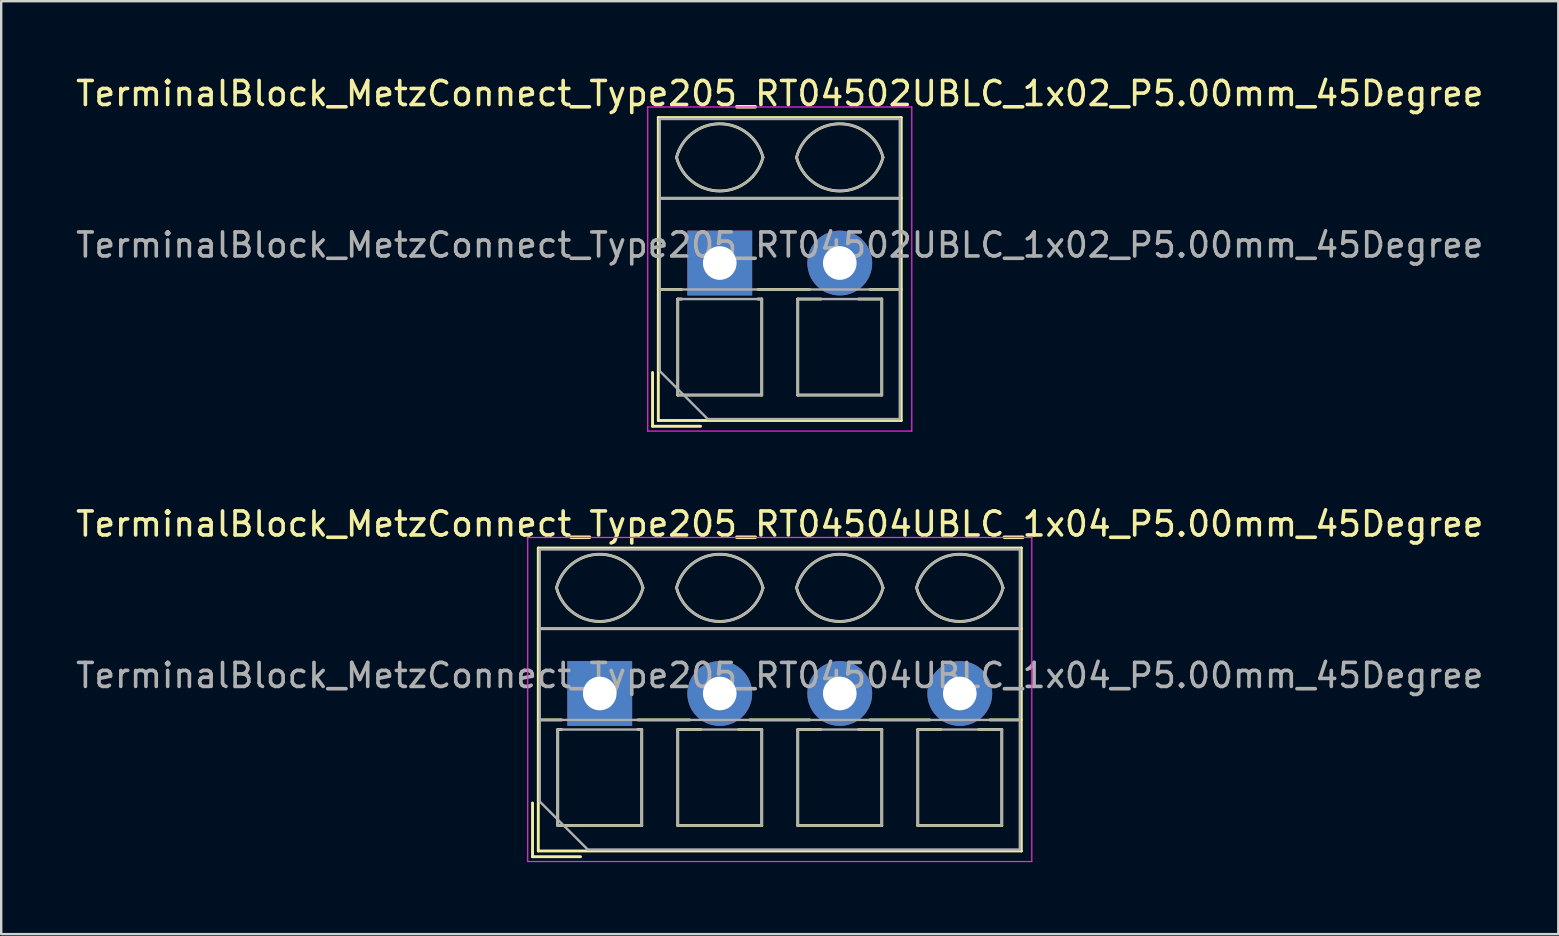
<source format=kicad_pcb>
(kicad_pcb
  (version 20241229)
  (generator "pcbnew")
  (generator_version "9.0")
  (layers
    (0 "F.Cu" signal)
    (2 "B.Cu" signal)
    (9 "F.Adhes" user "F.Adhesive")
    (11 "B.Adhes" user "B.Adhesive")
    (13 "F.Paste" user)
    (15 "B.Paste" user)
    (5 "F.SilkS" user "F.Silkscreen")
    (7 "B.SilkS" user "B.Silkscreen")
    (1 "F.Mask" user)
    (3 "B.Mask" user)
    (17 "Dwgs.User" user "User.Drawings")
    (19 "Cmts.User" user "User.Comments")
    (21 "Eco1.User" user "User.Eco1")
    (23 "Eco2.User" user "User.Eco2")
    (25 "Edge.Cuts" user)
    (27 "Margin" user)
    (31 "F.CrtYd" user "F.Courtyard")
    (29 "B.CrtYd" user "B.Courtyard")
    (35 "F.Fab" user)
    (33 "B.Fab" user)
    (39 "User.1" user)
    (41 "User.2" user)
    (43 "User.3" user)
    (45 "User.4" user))
  (footprint "TerminalBlock_MetzConnect_Type205_RT04502UBLC_1x02_P5.00mm_45Degree"
    (layer "F.Cu")
    (at 26.935 7.908)
    (property "Reference" "TerminalBlock_MetzConnect_Type205_RT04502UBLC_1x02_P5.00mm_45Degree" (at 2.5 -7.06 0) (layer "F.SilkS") (effects (font (size 1 1) (thickness 0.15))))
    (attr through_hole)
    (fp_line (start -2.8 4.56) (end -2.8 6.8) (stroke (width 0.12) (type solid)) (layer "F.SilkS"))
    (fp_line (start -2.8 6.8) (end -0.8 6.8) (stroke (width 0.12) (type solid)) (layer "F.SilkS"))
    (fp_line (start -2.56 -6.06) (end -2.56 6.56) (stroke (width 0.12) (type solid)) (layer "F.SilkS"))
    (fp_line (start -2.56 -6.06) (end 7.56 -6.06) (stroke (width 0.12) (type solid)) (layer "F.SilkS"))
    (fp_line (start -2.56 -2.7) (end 7.56 -2.7) (stroke (width 0.12) (type solid)) (layer "F.SilkS"))
    (fp_line (start -2.56 1.1) (end -1.59 1.1) (stroke (width 0.12) (type solid)) (layer "F.SilkS"))
    (fp_line (start -2.56 6.56) (end 7.56 6.56) (stroke (width 0.12) (type solid)) (layer "F.SilkS"))
    (fp_line (start -1.75 1.5) (end -1.75 5.5) (stroke (width 0.12) (type solid)) (layer "F.SilkS"))
    (fp_line (start -1.75 1.5) (end -1.59 1.5) (stroke (width 0.12) (type solid)) (layer "F.SilkS"))
    (fp_line (start -1.75 5.5) (end 1.75 5.5) (stroke (width 0.12) (type solid)) (layer "F.SilkS"))
    (fp_line (start 1.59 1.1) (end 3.744 1.1) (stroke (width 0.12) (type solid)) (layer "F.SilkS"))
    (fp_line (start 1.59 1.5) (end 1.75 1.5) (stroke (width 0.12) (type solid)) (layer "F.SilkS"))
    (fp_line (start 1.75 1.5) (end 1.75 5.5) (stroke (width 0.12) (type solid)) (layer "F.SilkS"))
    (fp_line (start 3.25 1.5) (end 3.25 5.5) (stroke (width 0.12) (type solid)) (layer "F.SilkS"))
    (fp_line (start 3.25 1.5) (end 4.216 1.5) (stroke (width 0.12) (type solid)) (layer "F.SilkS"))
    (fp_line (start 3.25 5.5) (end 6.75 5.5) (stroke (width 0.12) (type solid)) (layer "F.SilkS"))
    (fp_line (start 5.785 1.5) (end 6.75 1.5) (stroke (width 0.12) (type solid)) (layer "F.SilkS"))
    (fp_line (start 6.257 1.1) (end 7.56 1.1) (stroke (width 0.12) (type solid)) (layer "F.SilkS"))
    (fp_line (start 6.75 1.5) (end 6.75 5.5) (stroke (width 0.12) (type solid)) (layer "F.SilkS"))
    (fp_line (start 7.56 -6.06) (end 7.56 6.56) (stroke (width 0.12) (type solid)) (layer "F.SilkS"))
    (fp_arc (start -1.800846 -4.400605) (mid 0.000312 -5.801077) (end 1.801 -4.4) (stroke (width 0.12) (type solid)) (layer "F.SilkS"))
    (fp_arc (start 1.8 -4.4) (mid -0.000903 -3.000646) (end -1.800445 -4.401751) (stroke (width 0.12) (type solid)) (layer "F.SilkS"))
    (fp_arc (start 3.199154 -4.400605) (mid 5.000312 -5.801077) (end 6.801 -4.4) (stroke (width 0.12) (type solid)) (layer "F.SilkS"))
    (fp_arc (start 6.8 -4.4) (mid 4.999097 -3.000646) (end 3.199555 -4.401751) (stroke (width 0.12) (type solid)) (layer "F.SilkS"))
    (fp_line (start -3 -6.5) (end -3 7) (stroke (width 0.05) (type solid)) (layer "F.CrtYd"))
    (fp_line (start -3 7) (end 8 7) (stroke (width 0.05) (type solid)) (layer "F.CrtYd"))
    (fp_line (start 8 -6.5) (end -3 -6.5) (stroke (width 0.05) (type solid)) (layer "F.CrtYd"))
    (fp_line (start 8 7) (end 8 -6.5) (stroke (width 0.05) (type solid)) (layer "F.CrtYd"))
    (fp_line (start -2.5 -6) (end 7.5 -6) (stroke (width 0.1) (type solid)) (layer "F.Fab"))
    (fp_line (start -2.5 -2.7) (end 7.5 -2.7) (stroke (width 0.1) (type solid)) (layer "F.Fab"))
    (fp_line (start -2.5 1.1) (end 7.5 1.1) (stroke (width 0.1) (type solid)) (layer "F.Fab"))
    (fp_line (start -2.5 4.5) (end -2.5 -6) (stroke (width 0.1) (type solid)) (layer "F.Fab"))
    (fp_line (start -1.75 1.5) (end -1.75 5.5) (stroke (width 0.1) (type solid)) (layer "F.Fab"))
    (fp_line (start -1.75 5.5) (end 1.75 5.5) (stroke (width 0.1) (type solid)) (layer "F.Fab"))
    (fp_line (start -0.5 6.5) (end -2.5 4.5) (stroke (width 0.1) (type solid)) (layer "F.Fab"))
    (fp_line (start 1.75 1.5) (end -1.75 1.5) (stroke (width 0.1) (type solid)) (layer "F.Fab"))
    (fp_line (start 1.75 5.5) (end 1.75 1.5) (stroke (width 0.1) (type solid)) (layer "F.Fab"))
    (fp_line (start 3.25 1.5) (end 3.25 5.5) (stroke (width 0.1) (type solid)) (layer "F.Fab"))
    (fp_line (start 3.25 5.5) (end 6.75 5.5) (stroke (width 0.1) (type solid)) (layer "F.Fab"))
    (fp_line (start 6.75 1.5) (end 3.25 1.5) (stroke (width 0.1) (type solid)) (layer "F.Fab"))
    (fp_line (start 6.75 5.5) (end 6.75 1.5) (stroke (width 0.1) (type solid)) (layer "F.Fab"))
    (fp_line (start 7.5 -6) (end 7.5 6.5) (stroke (width 0.1) (type solid)) (layer "F.Fab"))
    (fp_line (start 7.5 6.5) (end -0.5 6.5) (stroke (width 0.1) (type solid)) (layer "F.Fab"))
    (fp_arc (start -1.800846 -4.400605) (mid 0.000312 -5.801077) (end 1.801 -4.4) (stroke (width 0.1) (type solid)) (layer "F.Fab"))
    (fp_arc (start 1.8 -4.4) (mid -0.000903 -3.000646) (end -1.800445 -4.401751) (stroke (width 0.1) (type solid)) (layer "F.Fab"))
    (fp_arc (start 3.199154 -4.400605) (mid 5.000312 -5.801077) (end 6.801 -4.4) (stroke (width 0.1) (type solid)) (layer "F.Fab"))
    (fp_arc (start 6.8 -4.4) (mid 4.999097 -3.000646) (end 3.199555 -4.401751) (stroke (width 0.1) (type solid)) (layer "F.Fab"))
    (fp_text user "${REFERENCE}" (at 2.5 -0.75 0) (layer "F.Fab") (effects (font (size 1 1) (thickness 0.15))))
    (pad "1" thru_hole rect (at 0 0) (size 2.7 2.7) (drill 1.4) (layers "*.Cu" "*.Mask"))
    (pad "2" thru_hole circle (at 5 0) (size 2.7 2.7) (drill 1.4) (layers "*.Cu" "*.Mask")))
  (footprint "TerminalBlock_MetzConnect_Type205_RT04504UBLC_1x04_P5.00mm_45Degree"
    (layer "F.Cu")
    (at 21.935 25.841)
    (property "Reference" "TerminalBlock_MetzConnect_Type205_RT04504UBLC_1x04_P5.00mm_45Degree" (at 7.5 -7.06 0) (layer "F.SilkS") (effects (font (size 1 1) (thickness 0.15))))
    (attr through_hole)
    (fp_line (start -2.8 4.56) (end -2.8 6.8) (stroke (width 0.12) (type solid)) (layer "F.SilkS"))
    (fp_line (start -2.8 6.8) (end -0.8 6.8) (stroke (width 0.12) (type solid)) (layer "F.SilkS"))
    (fp_line (start -2.56 -6.06) (end -2.56 6.56) (stroke (width 0.12) (type solid)) (layer "F.SilkS"))
    (fp_line (start -2.56 -6.06) (end 17.561 -6.06) (stroke (width 0.12) (type solid)) (layer "F.SilkS"))
    (fp_line (start -2.56 -2.7) (end 17.561 -2.7) (stroke (width 0.12) (type solid)) (layer "F.SilkS"))
    (fp_line (start -2.56 1.1) (end -1.59 1.1) (stroke (width 0.12) (type solid)) (layer "F.SilkS"))
    (fp_line (start -2.56 6.56) (end 17.561 6.56) (stroke (width 0.12) (type solid)) (layer "F.SilkS"))
    (fp_line (start -1.75 1.5) (end -1.75 5.5) (stroke (width 0.12) (type solid)) (layer "F.SilkS"))
    (fp_line (start -1.75 1.5) (end -1.59 1.5) (stroke (width 0.12) (type solid)) (layer "F.SilkS"))
    (fp_line (start -1.75 5.5) (end 1.75 5.5) (stroke (width 0.12) (type solid)) (layer "F.SilkS"))
    (fp_line (start 1.59 1.1) (end 3.744 1.1) (stroke (width 0.12) (type solid)) (layer "F.SilkS"))
    (fp_line (start 1.59 1.5) (end 1.75 1.5) (stroke (width 0.12) (type solid)) (layer "F.SilkS"))
    (fp_line (start 1.75 1.5) (end 1.75 5.5) (stroke (width 0.12) (type solid)) (layer "F.SilkS"))
    (fp_line (start 3.25 1.5) (end 3.25 5.5) (stroke (width 0.12) (type solid)) (layer "F.SilkS"))
    (fp_line (start 3.25 1.5) (end 4.216 1.5) (stroke (width 0.12) (type solid)) (layer "F.SilkS"))
    (fp_line (start 3.25 5.5) (end 6.75 5.5) (stroke (width 0.12) (type solid)) (layer "F.SilkS"))
    (fp_line (start 5.785 1.5) (end 6.75 1.5) (stroke (width 0.12) (type solid)) (layer "F.SilkS"))
    (fp_line (start 6.257 1.1) (end 8.744 1.1) (stroke (width 0.12) (type solid)) (layer "F.SilkS"))
    (fp_line (start 6.75 1.5) (end 6.75 5.5) (stroke (width 0.12) (type solid)) (layer "F.SilkS"))
    (fp_line (start 8.25 1.5) (end 8.25 5.5) (stroke (width 0.12) (type solid)) (layer "F.SilkS"))
    (fp_line (start 8.25 1.5) (end 9.216 1.5) (stroke (width 0.12) (type solid)) (layer "F.SilkS"))
    (fp_line (start 8.25 5.5) (end 11.75 5.5) (stroke (width 0.12) (type solid)) (layer "F.SilkS"))
    (fp_line (start 10.785 1.5) (end 11.75 1.5) (stroke (width 0.12) (type solid)) (layer "F.SilkS"))
    (fp_line (start 11.257 1.1) (end 13.744 1.1) (stroke (width 0.12) (type solid)) (layer "F.SilkS"))
    (fp_line (start 11.75 1.5) (end 11.75 5.5) (stroke (width 0.12) (type solid)) (layer "F.SilkS"))
    (fp_line (start 13.25 1.5) (end 13.25 5.5) (stroke (width 0.12) (type solid)) (layer "F.SilkS"))
    (fp_line (start 13.25 1.5) (end 14.216 1.5) (stroke (width 0.12) (type solid)) (layer "F.SilkS"))
    (fp_line (start 13.25 5.5) (end 16.75 5.5) (stroke (width 0.12) (type solid)) (layer "F.SilkS"))
    (fp_line (start 15.785 1.5) (end 16.75 1.5) (stroke (width 0.12) (type solid)) (layer "F.SilkS"))
    (fp_line (start 16.257 1.1) (end 17.561 1.1) (stroke (width 0.12) (type solid)) (layer "F.SilkS"))
    (fp_line (start 16.75 1.5) (end 16.75 5.5) (stroke (width 0.12) (type solid)) (layer "F.SilkS"))
    (fp_line (start 17.561 -6.06) (end 17.561 6.56) (stroke (width 0.12) (type solid)) (layer "F.SilkS"))
    (fp_arc (start -1.800846 -4.400605) (mid 0.000312 -5.801077) (end 1.801 -4.4) (stroke (width 0.12) (type solid)) (layer "F.SilkS"))
    (fp_arc (start 1.8 -4.4) (mid -0.000903 -3.000646) (end -1.800445 -4.401751) (stroke (width 0.12) (type solid)) (layer "F.SilkS"))
    (fp_arc (start 3.199154 -4.400605) (mid 5.000312 -5.801077) (end 6.801 -4.4) (stroke (width 0.12) (type solid)) (layer "F.SilkS"))
    (fp_arc (start 6.8 -4.4) (mid 4.999097 -3.000646) (end 3.199555 -4.401751) (stroke (width 0.12) (type solid)) (layer "F.SilkS"))
    (fp_arc (start 8.199154 -4.400605) (mid 10.000312 -5.801077) (end 11.801 -4.4) (stroke (width 0.12) (type solid)) (layer "F.SilkS"))
    (fp_arc (start 11.8 -4.4) (mid 9.999097 -3.000646) (end 8.199555 -4.401751) (stroke (width 0.12) (type solid)) (layer "F.SilkS"))
    (fp_arc (start 13.199154 -4.400605) (mid 15.000312 -5.801077) (end 16.801 -4.4) (stroke (width 0.12) (type solid)) (layer "F.SilkS"))
    (fp_arc (start 16.8 -4.4) (mid 14.999097 -3.000646) (end 13.199555 -4.401751) (stroke (width 0.12) (type solid)) (layer "F.SilkS"))
    (fp_line (start -3 -6.5) (end -3 7) (stroke (width 0.05) (type solid)) (layer "F.CrtYd"))
    (fp_line (start -3 7) (end 18 7) (stroke (width 0.05) (type solid)) (layer "F.CrtYd"))
    (fp_line (start 18 -6.5) (end -3 -6.5) (stroke (width 0.05) (type solid)) (layer "F.CrtYd"))
    (fp_line (start 18 7) (end 18 -6.5) (stroke (width 0.05) (type solid)) (layer "F.CrtYd"))
    (fp_line (start -2.5 -6) (end 17.5 -6) (stroke (width 0.1) (type solid)) (layer "F.Fab"))
    (fp_line (start -2.5 -2.7) (end 17.5 -2.7) (stroke (width 0.1) (type solid)) (layer "F.Fab"))
    (fp_line (start -2.5 1.1) (end 17.5 1.1) (stroke (width 0.1) (type solid)) (layer "F.Fab"))
    (fp_line (start -2.5 4.5) (end -2.5 -6) (stroke (width 0.1) (type solid)) (layer "F.Fab"))
    (fp_line (start -1.75 1.5) (end -1.75 5.5) (stroke (width 0.1) (type solid)) (layer "F.Fab"))
    (fp_line (start -1.75 5.5) (end 1.75 5.5) (stroke (width 0.1) (type solid)) (layer "F.Fab"))
    (fp_line (start -0.5 6.5) (end -2.5 4.5) (stroke (width 0.1) (type solid)) (layer "F.Fab"))
    (fp_line (start 1.75 1.5) (end -1.75 1.5) (stroke (width 0.1) (type solid)) (layer "F.Fab"))
    (fp_line (start 1.75 5.5) (end 1.75 1.5) (stroke (width 0.1) (type solid)) (layer "F.Fab"))
    (fp_line (start 3.25 1.5) (end 3.25 5.5) (stroke (width 0.1) (type solid)) (layer "F.Fab"))
    (fp_line (start 3.25 5.5) (end 6.75 5.5) (stroke (width 0.1) (type solid)) (layer "F.Fab"))
    (fp_line (start 6.75 1.5) (end 3.25 1.5) (stroke (width 0.1) (type solid)) (layer "F.Fab"))
    (fp_line (start 6.75 5.5) (end 6.75 1.5) (stroke (width 0.1) (type solid)) (layer "F.Fab"))
    (fp_line (start 8.25 1.5) (end 8.25 5.5) (stroke (width 0.1) (type solid)) (layer "F.Fab"))
    (fp_line (start 8.25 5.5) (end 11.75 5.5) (stroke (width 0.1) (type solid)) (layer "F.Fab"))
    (fp_line (start 11.75 1.5) (end 8.25 1.5) (stroke (width 0.1) (type solid)) (layer "F.Fab"))
    (fp_line (start 11.75 5.5) (end 11.75 1.5) (stroke (width 0.1) (type solid)) (layer "F.Fab"))
    (fp_line (start 13.25 1.5) (end 13.25 5.5) (stroke (width 0.1) (type solid)) (layer "F.Fab"))
    (fp_line (start 13.25 5.5) (end 16.75 5.5) (stroke (width 0.1) (type solid)) (layer "F.Fab"))
    (fp_line (start 16.75 1.5) (end 13.25 1.5) (stroke (width 0.1) (type solid)) (layer "F.Fab"))
    (fp_line (start 16.75 5.5) (end 16.75 1.5) (stroke (width 0.1) (type solid)) (layer "F.Fab"))
    (fp_line (start 17.5 -6) (end 17.5 6.5) (stroke (width 0.1) (type solid)) (layer "F.Fab"))
    (fp_line (start 17.5 6.5) (end -0.5 6.5) (stroke (width 0.1) (type solid)) (layer "F.Fab"))
    (fp_arc (start -1.800846 -4.400605) (mid 0.000312 -5.801077) (end 1.801 -4.4) (stroke (width 0.1) (type solid)) (layer "F.Fab"))
    (fp_arc (start 1.8 -4.4) (mid -0.000903 -3.000646) (end -1.800445 -4.401751) (stroke (width 0.1) (type solid)) (layer "F.Fab"))
    (fp_arc (start 3.199154 -4.400605) (mid 5.000312 -5.801077) (end 6.801 -4.4) (stroke (width 0.1) (type solid)) (layer "F.Fab"))
    (fp_arc (start 6.8 -4.4) (mid 4.999097 -3.000646) (end 3.199555 -4.401751) (stroke (width 0.1) (type solid)) (layer "F.Fab"))
    (fp_arc (start 8.199154 -4.400605) (mid 10.000312 -5.801077) (end 11.801 -4.4) (stroke (width 0.1) (type solid)) (layer "F.Fab"))
    (fp_arc (start 11.8 -4.4) (mid 9.999097 -3.000646) (end 8.199555 -4.401751) (stroke (width 0.1) (type solid)) (layer "F.Fab"))
    (fp_arc (start 13.199154 -4.400605) (mid 15.000312 -5.801077) (end 16.801 -4.4) (stroke (width 0.1) (type solid)) (layer "F.Fab"))
    (fp_arc (start 16.8 -4.4) (mid 14.999097 -3.000646) (end 13.199555 -4.401751) (stroke (width 0.1) (type solid)) (layer "F.Fab"))
    (fp_text user "${REFERENCE}" (at 7.5 -0.75 0) (layer "F.Fab") (effects (font (size 1 1) (thickness 0.15))))
    (pad "1" thru_hole rect (at 0 0) (size 2.7 2.7) (drill 1.4) (layers "*.Cu" "*.Mask"))
    (pad "2" thru_hole circle (at 5 0) (size 2.7 2.7) (drill 1.4) (layers "*.Cu" "*.Mask"))
    (pad "3" thru_hole circle (at 10 0) (size 2.7 2.7) (drill 1.4) (layers "*.Cu" "*.Mask"))
    (pad "4" thru_hole circle (at 15 0) (size 2.7 2.7) (drill 1.4) (layers "*.Cu" "*.Mask")))
  (gr_rect
    (start -3 -3)
    (end 61.869 35.867)
    (stroke (width 0.1) (type default))
    (fill no)
    (layer "Edge.Cuts")))
</source>
